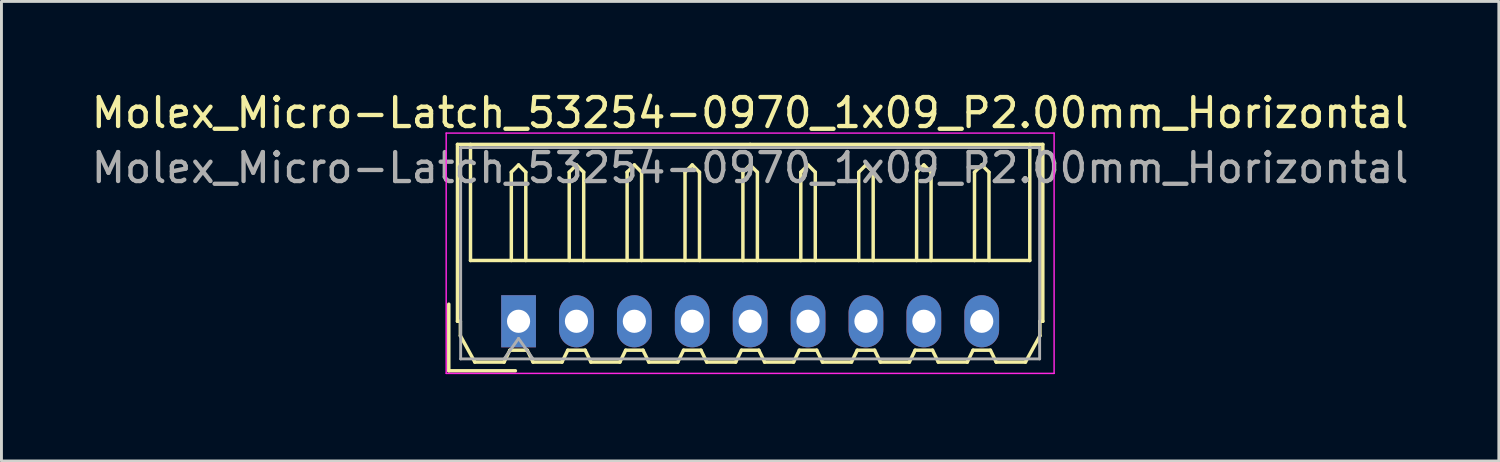
<source format=kicad_pcb>
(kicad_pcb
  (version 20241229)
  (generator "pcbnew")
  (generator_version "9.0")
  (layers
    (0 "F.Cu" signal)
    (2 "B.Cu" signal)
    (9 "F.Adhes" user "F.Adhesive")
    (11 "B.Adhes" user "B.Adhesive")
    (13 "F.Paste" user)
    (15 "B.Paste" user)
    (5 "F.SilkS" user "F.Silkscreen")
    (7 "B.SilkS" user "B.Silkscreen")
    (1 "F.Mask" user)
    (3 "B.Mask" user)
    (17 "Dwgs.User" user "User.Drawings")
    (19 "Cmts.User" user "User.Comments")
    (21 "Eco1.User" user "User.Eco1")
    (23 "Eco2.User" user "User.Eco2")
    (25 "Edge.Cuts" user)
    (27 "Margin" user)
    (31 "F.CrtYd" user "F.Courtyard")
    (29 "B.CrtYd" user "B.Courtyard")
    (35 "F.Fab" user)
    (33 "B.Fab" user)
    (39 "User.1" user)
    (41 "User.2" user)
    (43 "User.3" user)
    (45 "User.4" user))
  (footprint "Molex_Micro-Latch_53254-0970_1x09_P2.00mm_Horizontal"
    (layer "F.Cu")
    (at 14.863 8.048)
    (property "Reference" "Molex_Micro-Latch_53254-0970_1x09_P2.00mm_Horizontal" (at 8 -7.2 0) (layer "F.SilkS") (effects (font (size 1 1) (thickness 0.15))))
    (attr through_hole)
    (fp_line (start -2.41 1.71) (end -2.41 -0.59) (stroke (width 0.12) (type solid)) (layer "F.SilkS"))
    (fp_line (start -2.11 -6.11) (end 8 -6.11) (stroke (width 0.12) (type solid)) (layer "F.SilkS"))
    (fp_line (start -2.11 0) (end -2.11 -6.11) (stroke (width 0.12) (type solid)) (layer "F.SilkS"))
    (fp_line (start -2.01 0) (end -2.11 0) (stroke (width 0.12) (type solid)) (layer "F.SilkS"))
    (fp_line (start -2.01 0.5) (end -2.01 0) (stroke (width 0.12) (type solid)) (layer "F.SilkS"))
    (fp_line (start -1.66 -6.11) (end -1.66 -2.1) (stroke (width 0.12) (type solid)) (layer "F.SilkS"))
    (fp_line (start -1.66 -2.1) (end 17.66 -2.1) (stroke (width 0.12) (type solid)) (layer "F.SilkS"))
    (fp_line (start -1.51 1.41) (end -2.01 0.5) (stroke (width 0.12) (type solid)) (layer "F.SilkS"))
    (fp_line (start -0.5 1.41) (end -1.51 1.41) (stroke (width 0.12) (type solid)) (layer "F.SilkS"))
    (fp_line (start -0.3 1) (end -0.5 1.41) (stroke (width 0.12) (type solid)) (layer "F.SilkS"))
    (fp_line (start -0.3 1) (end 0.3 1) (stroke (width 0.12) (type solid)) (layer "F.SilkS"))
    (fp_line (start -0.25 -5.15) (end 0 -5.4) (stroke (width 0.12) (type solid)) (layer "F.SilkS"))
    (fp_line (start -0.25 -2.1) (end -0.25 -5.15) (stroke (width 0.12) (type solid)) (layer "F.SilkS"))
    (fp_line (start -0.11 1.71) (end -2.41 1.71) (stroke (width 0.12) (type solid)) (layer "F.SilkS"))
    (fp_line (start 0 -5.4) (end 0.25 -5.15) (stroke (width 0.12) (type solid)) (layer "F.SilkS"))
    (fp_line (start 0.25 -5.15) (end 0.25 -2.1) (stroke (width 0.12) (type solid)) (layer "F.SilkS"))
    (fp_line (start 0.3 1) (end 0.5 1.41) (stroke (width 0.12) (type solid)) (layer "F.SilkS"))
    (fp_line (start 0.5 1.41) (end 1.5 1.41) (stroke (width 0.12) (type solid)) (layer "F.SilkS"))
    (fp_line (start 1.5 1.41) (end 1.7 1) (stroke (width 0.12) (type solid)) (layer "F.SilkS"))
    (fp_line (start 1.7 1) (end 2.3 1) (stroke (width 0.12) (type solid)) (layer "F.SilkS"))
    (fp_line (start 1.75 -5.15) (end 2 -5.4) (stroke (width 0.12) (type solid)) (layer "F.SilkS"))
    (fp_line (start 1.75 -2.1) (end 1.75 -5.15) (stroke (width 0.12) (type solid)) (layer "F.SilkS"))
    (fp_line (start 2 -5.4) (end 2.25 -5.15) (stroke (width 0.12) (type solid)) (layer "F.SilkS"))
    (fp_line (start 2.25 -5.15) (end 2.25 -2.1) (stroke (width 0.12) (type solid)) (layer "F.SilkS"))
    (fp_line (start 2.3 1) (end 2.5 1.41) (stroke (width 0.12) (type solid)) (layer "F.SilkS"))
    (fp_line (start 2.5 1.41) (end 3.5 1.41) (stroke (width 0.12) (type solid)) (layer "F.SilkS"))
    (fp_line (start 3.5 1.41) (end 3.7 1) (stroke (width 0.12) (type solid)) (layer "F.SilkS"))
    (fp_line (start 3.7 1) (end 4.3 1) (stroke (width 0.12) (type solid)) (layer "F.SilkS"))
    (fp_line (start 3.75 -5.15) (end 4 -5.4) (stroke (width 0.12) (type solid)) (layer "F.SilkS"))
    (fp_line (start 3.75 -2.1) (end 3.75 -5.15) (stroke (width 0.12) (type solid)) (layer "F.SilkS"))
    (fp_line (start 4 -5.4) (end 4.25 -5.15) (stroke (width 0.12) (type solid)) (layer "F.SilkS"))
    (fp_line (start 4.25 -5.15) (end 4.25 -2.1) (stroke (width 0.12) (type solid)) (layer "F.SilkS"))
    (fp_line (start 4.3 1) (end 4.5 1.41) (stroke (width 0.12) (type solid)) (layer "F.SilkS"))
    (fp_line (start 4.5 1.41) (end 5.5 1.41) (stroke (width 0.12) (type solid)) (layer "F.SilkS"))
    (fp_line (start 5.5 1.41) (end 5.7 1) (stroke (width 0.12) (type solid)) (layer "F.SilkS"))
    (fp_line (start 5.7 1) (end 6.3 1) (stroke (width 0.12) (type solid)) (layer "F.SilkS"))
    (fp_line (start 5.75 -5.15) (end 6 -5.4) (stroke (width 0.12) (type solid)) (layer "F.SilkS"))
    (fp_line (start 5.75 -2.1) (end 5.75 -5.15) (stroke (width 0.12) (type solid)) (layer "F.SilkS"))
    (fp_line (start 6 -5.4) (end 6.25 -5.15) (stroke (width 0.12) (type solid)) (layer "F.SilkS"))
    (fp_line (start 6.25 -5.15) (end 6.25 -2.1) (stroke (width 0.12) (type solid)) (layer "F.SilkS"))
    (fp_line (start 6.3 1) (end 6.5 1.41) (stroke (width 0.12) (type solid)) (layer "F.SilkS"))
    (fp_line (start 6.5 1.41) (end 7.5 1.41) (stroke (width 0.12) (type solid)) (layer "F.SilkS"))
    (fp_line (start 7.5 1.41) (end 7.7 1) (stroke (width 0.12) (type solid)) (layer "F.SilkS"))
    (fp_line (start 7.7 1) (end 8.3 1) (stroke (width 0.12) (type solid)) (layer "F.SilkS"))
    (fp_line (start 7.75 -5.15) (end 8 -5.4) (stroke (width 0.12) (type solid)) (layer "F.SilkS"))
    (fp_line (start 7.75 -2.1) (end 7.75 -5.15) (stroke (width 0.12) (type solid)) (layer "F.SilkS"))
    (fp_line (start 8 -5.4) (end 8.25 -5.15) (stroke (width 0.12) (type solid)) (layer "F.SilkS"))
    (fp_line (start 8.25 -5.15) (end 8.25 -2.1) (stroke (width 0.12) (type solid)) (layer "F.SilkS"))
    (fp_line (start 8.3 1) (end 8.5 1.41) (stroke (width 0.12) (type solid)) (layer "F.SilkS"))
    (fp_line (start 8.5 1.41) (end 9.5 1.41) (stroke (width 0.12) (type solid)) (layer "F.SilkS"))
    (fp_line (start 9.5 1.41) (end 9.7 1) (stroke (width 0.12) (type solid)) (layer "F.SilkS"))
    (fp_line (start 9.7 1) (end 10.3 1) (stroke (width 0.12) (type solid)) (layer "F.SilkS"))
    (fp_line (start 9.75 -5.15) (end 10 -5.4) (stroke (width 0.12) (type solid)) (layer "F.SilkS"))
    (fp_line (start 9.75 -2.1) (end 9.75 -5.15) (stroke (width 0.12) (type solid)) (layer "F.SilkS"))
    (fp_line (start 10 -5.4) (end 10.25 -5.15) (stroke (width 0.12) (type solid)) (layer "F.SilkS"))
    (fp_line (start 10.25 -5.15) (end 10.25 -2.1) (stroke (width 0.12) (type solid)) (layer "F.SilkS"))
    (fp_line (start 10.3 1) (end 10.5 1.41) (stroke (width 0.12) (type solid)) (layer "F.SilkS"))
    (fp_line (start 10.5 1.41) (end 11.5 1.41) (stroke (width 0.12) (type solid)) (layer "F.SilkS"))
    (fp_line (start 11.5 1.41) (end 11.7 1) (stroke (width 0.12) (type solid)) (layer "F.SilkS"))
    (fp_line (start 11.7 1) (end 12.3 1) (stroke (width 0.12) (type solid)) (layer "F.SilkS"))
    (fp_line (start 11.75 -5.15) (end 12 -5.4) (stroke (width 0.12) (type solid)) (layer "F.SilkS"))
    (fp_line (start 11.75 -2.1) (end 11.75 -5.15) (stroke (width 0.12) (type solid)) (layer "F.SilkS"))
    (fp_line (start 12 -5.4) (end 12.25 -5.15) (stroke (width 0.12) (type solid)) (layer "F.SilkS"))
    (fp_line (start 12.25 -5.15) (end 12.25 -2.1) (stroke (width 0.12) (type solid)) (layer "F.SilkS"))
    (fp_line (start 12.3 1) (end 12.5 1.41) (stroke (width 0.12) (type solid)) (layer "F.SilkS"))
    (fp_line (start 12.5 1.41) (end 13.5 1.41) (stroke (width 0.12) (type solid)) (layer "F.SilkS"))
    (fp_line (start 13.5 1.41) (end 13.7 1) (stroke (width 0.12) (type solid)) (layer "F.SilkS"))
    (fp_line (start 13.7 1) (end 14.3 1) (stroke (width 0.12) (type solid)) (layer "F.SilkS"))
    (fp_line (start 13.75 -5.15) (end 14 -5.4) (stroke (width 0.12) (type solid)) (layer "F.SilkS"))
    (fp_line (start 13.75 -2.1) (end 13.75 -5.15) (stroke (width 0.12) (type solid)) (layer "F.SilkS"))
    (fp_line (start 14 -5.4) (end 14.25 -5.15) (stroke (width 0.12) (type solid)) (layer "F.SilkS"))
    (fp_line (start 14.25 -5.15) (end 14.25 -2.1) (stroke (width 0.12) (type solid)) (layer "F.SilkS"))
    (fp_line (start 14.3 1) (end 14.5 1.41) (stroke (width 0.12) (type solid)) (layer "F.SilkS"))
    (fp_line (start 14.5 1.41) (end 15.5 1.41) (stroke (width 0.12) (type solid)) (layer "F.SilkS"))
    (fp_line (start 15.5 1.41) (end 15.7 1) (stroke (width 0.12) (type solid)) (layer "F.SilkS"))
    (fp_line (start 15.7 1) (end 16.3 1) (stroke (width 0.12) (type solid)) (layer "F.SilkS"))
    (fp_line (start 15.75 -5.15) (end 16 -5.4) (stroke (width 0.12) (type solid)) (layer "F.SilkS"))
    (fp_line (start 15.75 -2.1) (end 15.75 -5.15) (stroke (width 0.12) (type solid)) (layer "F.SilkS"))
    (fp_line (start 16 -5.4) (end 16.25 -5.15) (stroke (width 0.12) (type solid)) (layer "F.SilkS"))
    (fp_line (start 16.25 -5.15) (end 16.25 -2.1) (stroke (width 0.12) (type solid)) (layer "F.SilkS"))
    (fp_line (start 16.3 1) (end 16.5 1.41) (stroke (width 0.12) (type solid)) (layer "F.SilkS"))
    (fp_line (start 16.5 1.41) (end 17.51 1.41) (stroke (width 0.12) (type solid)) (layer "F.SilkS"))
    (fp_line (start 17.51 1.41) (end 18.01 0.5) (stroke (width 0.12) (type solid)) (layer "F.SilkS"))
    (fp_line (start 17.66 -2.1) (end 17.66 -6.11) (stroke (width 0.12) (type solid)) (layer "F.SilkS"))
    (fp_line (start 18.01 0) (end 18.11 0) (stroke (width 0.12) (type solid)) (layer "F.SilkS"))
    (fp_line (start 18.01 0.5) (end 18.01 0) (stroke (width 0.12) (type solid)) (layer "F.SilkS"))
    (fp_line (start 18.11 -6.11) (end 8 -6.11) (stroke (width 0.12) (type solid)) (layer "F.SilkS"))
    (fp_line (start 18.11 0) (end 18.11 -6.11) (stroke (width 0.12) (type solid)) (layer "F.SilkS"))
    (fp_line (start -2.5 -6.5) (end -2.5 1.8) (stroke (width 0.05) (type solid)) (layer "F.CrtYd"))
    (fp_line (start -2.5 1.8) (end 18.5 1.8) (stroke (width 0.05) (type solid)) (layer "F.CrtYd"))
    (fp_line (start 18.5 -6.5) (end -2.5 -6.5) (stroke (width 0.05) (type solid)) (layer "F.CrtYd"))
    (fp_line (start 18.5 1.8) (end 18.5 -6.5) (stroke (width 0.05) (type solid)) (layer "F.CrtYd"))
    (fp_line (start -2 -6) (end -2 1.3) (stroke (width 0.1) (type solid)) (layer "F.Fab"))
    (fp_line (start -2 1.3) (end 18 1.3) (stroke (width 0.1) (type solid)) (layer "F.Fab"))
    (fp_line (start -0.5 1.3) (end 0 0.593) (stroke (width 0.1) (type solid)) (layer "F.Fab"))
    (fp_line (start 0 0.593) (end 0.5 1.3) (stroke (width 0.1) (type solid)) (layer "F.Fab"))
    (fp_line (start 18 -6) (end -2 -6) (stroke (width 0.1) (type solid)) (layer "F.Fab"))
    (fp_line (start 18 1.3) (end 18 -6) (stroke (width 0.1) (type solid)) (layer "F.Fab"))
    (fp_text user "${REFERENCE}" (at 8 -5.3 0) (layer "F.Fab") (effects (font (size 1 1) (thickness 0.15))))
    (pad "1" thru_hole rect (at 0 0) (size 1.2 1.8) (drill 0.8) (layers "*.Cu" "*.Mask"))
    (pad "2" thru_hole oval (at 2 0) (size 1.2 1.8) (drill 0.8) (layers "*.Cu" "*.Mask"))
    (pad "3" thru_hole oval (at 4 0) (size 1.2 1.8) (drill 0.8) (layers "*.Cu" "*.Mask"))
    (pad "4" thru_hole oval (at 6 0) (size 1.2 1.8) (drill 0.8) (layers "*.Cu" "*.Mask"))
    (pad "5" thru_hole oval (at 8 0) (size 1.2 1.8) (drill 0.8) (layers "*.Cu" "*.Mask"))
    (pad "6" thru_hole oval (at 10 0) (size 1.2 1.8) (drill 0.8) (layers "*.Cu" "*.Mask"))
    (pad "7" thru_hole oval (at 12 0) (size 1.2 1.8) (drill 0.8) (layers "*.Cu" "*.Mask"))
    (pad "8" thru_hole oval (at 14 0) (size 1.2 1.8) (drill 0.8) (layers "*.Cu" "*.Mask"))
    (pad "9" thru_hole oval (at 16 0) (size 1.2 1.8) (drill 0.8) (layers "*.Cu" "*.Mask")))
  (gr_rect
    (start -3 -3)
    (end 48.726 12.873)
    (stroke (width 0.1) (type default))
    (fill no)
    (layer "Edge.Cuts")))
</source>
